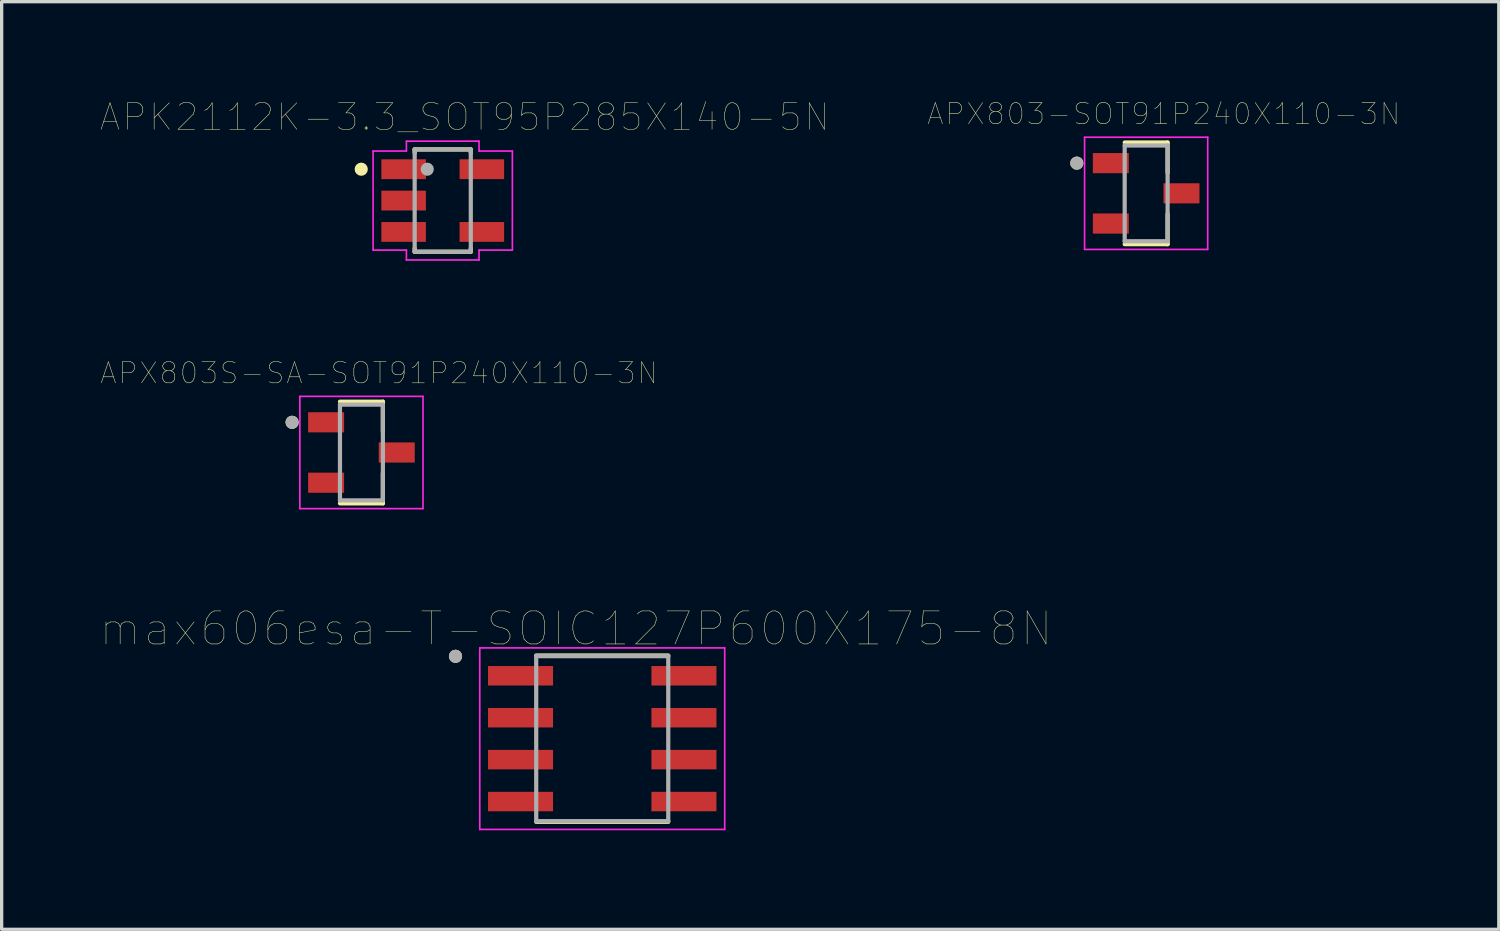
<source format=kicad_pcb>
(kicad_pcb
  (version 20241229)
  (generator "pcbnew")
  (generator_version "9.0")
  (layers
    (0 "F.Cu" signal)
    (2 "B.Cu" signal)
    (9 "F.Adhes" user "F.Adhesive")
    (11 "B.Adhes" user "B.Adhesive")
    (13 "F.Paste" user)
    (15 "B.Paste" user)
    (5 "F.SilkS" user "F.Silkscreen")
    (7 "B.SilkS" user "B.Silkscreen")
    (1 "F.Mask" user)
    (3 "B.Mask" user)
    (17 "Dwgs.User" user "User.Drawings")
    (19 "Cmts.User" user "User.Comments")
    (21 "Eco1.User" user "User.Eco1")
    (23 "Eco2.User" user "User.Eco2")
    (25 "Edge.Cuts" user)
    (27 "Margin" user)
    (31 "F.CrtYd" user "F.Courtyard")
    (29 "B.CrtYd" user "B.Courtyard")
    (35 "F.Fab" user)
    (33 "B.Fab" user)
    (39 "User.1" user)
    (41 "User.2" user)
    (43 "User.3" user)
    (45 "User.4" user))
  (footprint "APK2112K-3.3_SOT95P285X140-5N"
    (layer "F.Cu")
    (at 10.362 3.026)
    (property "Reference" "APK2112K-3.3_SOT95P285X140-5N" (at 0.664 -2.53 0) (layer "F.SilkS") (effects (font (size 0.803 0.803) (thickness 0.015))))
    (attr through_hole)
    (fp_line (start -0.85 -1.55) (end -0.85 -1.45) (stroke (width 0.127) (type solid)) (layer "F.SilkS"))
    (fp_line (start -0.85 1.55) (end -0.85 1.45) (stroke (width 0.127) (type solid)) (layer "F.SilkS"))
    (fp_line (start 0.85 -1.55) (end -0.85 -1.55) (stroke (width 0.127) (type solid)) (layer "F.SilkS"))
    (fp_line (start 0.85 -1.55) (end 0.85 -1.45) (stroke (width 0.127) (type solid)) (layer "F.SilkS"))
    (fp_line (start 0.85 1.55) (end -0.85 1.55) (stroke (width 0.127) (type solid)) (layer "F.SilkS"))
    (fp_line (start 0.85 1.55) (end 0.85 1.45) (stroke (width 0.127) (type solid)) (layer "F.SilkS"))
    (fp_circle (center -2.469 -0.95) (end -2.369 -0.95) (stroke (width 0.2) (type solid)) (fill no) (layer "F.SilkS"))
    (fp_line (start -2.11 -1.5) (end -2.11 1.5) (stroke (width 0.05) (type solid)) (layer "F.CrtYd"))
    (fp_line (start -2.11 1.5) (end -1.1 1.5) (stroke (width 0.05) (type solid)) (layer "F.CrtYd"))
    (fp_line (start -1.1 -1.8) (end -1.1 -1.5) (stroke (width 0.05) (type solid)) (layer "F.CrtYd"))
    (fp_line (start -1.1 -1.5) (end -2.11 -1.5) (stroke (width 0.05) (type solid)) (layer "F.CrtYd"))
    (fp_line (start -1.1 1.5) (end -1.1 1.8) (stroke (width 0.05) (type solid)) (layer "F.CrtYd"))
    (fp_line (start -1.1 1.8) (end 1.1 1.8) (stroke (width 0.05) (type solid)) (layer "F.CrtYd"))
    (fp_line (start 1.1 -1.8) (end -1.1 -1.8) (stroke (width 0.05) (type solid)) (layer "F.CrtYd"))
    (fp_line (start 1.1 -1.5) (end 1.1 -1.8) (stroke (width 0.05) (type solid)) (layer "F.CrtYd"))
    (fp_line (start 1.1 1.5) (end 2.11 1.5) (stroke (width 0.05) (type solid)) (layer "F.CrtYd"))
    (fp_line (start 1.1 1.8) (end 1.1 1.5) (stroke (width 0.05) (type solid)) (layer "F.CrtYd"))
    (fp_line (start 2.11 -1.5) (end 1.1 -1.5) (stroke (width 0.05) (type solid)) (layer "F.CrtYd"))
    (fp_line (start 2.11 1.5) (end 2.11 -1.5) (stroke (width 0.05) (type solid)) (layer "F.CrtYd"))
    (fp_line (start -0.85 -1.55) (end 0.85 -1.55) (stroke (width 0.127) (type solid)) (layer "F.Fab"))
    (fp_line (start -0.85 1.55) (end -0.85 -1.55) (stroke (width 0.127) (type solid)) (layer "F.Fab"))
    (fp_line (start 0.85 -1.55) (end 0.85 1.55) (stroke (width 0.127) (type solid)) (layer "F.Fab"))
    (fp_line (start 0.85 1.55) (end -0.85 1.55) (stroke (width 0.127) (type solid)) (layer "F.Fab"))
    (fp_circle (center -0.469 -0.95) (end -0.369 -0.95) (stroke (width 0.2) (type solid)) (fill no) (layer "F.Fab"))
    (pad "1" smd rect (at -1.185 -0.95) (size 1.35 0.6) (layers "F.Cu" "F.Mask" "F.Paste"))
    (pad "2" smd rect (at -1.185 0) (size 1.35 0.6) (layers "F.Cu" "F.Mask" "F.Paste"))
    (pad "3" smd rect (at -1.185 0.95) (size 1.35 0.6) (layers "F.Cu" "F.Mask" "F.Paste"))
    (pad "4" smd rect (at 1.185 0.95) (size 1.35 0.6) (layers "F.Cu" "F.Mask" "F.Paste"))
    (pad "5" smd rect (at 1.185 -0.95) (size 1.35 0.6) (layers "F.Cu" "F.Mask" "F.Paste")))
  (footprint "APX803-SOT91P240X110-3N"
    (layer "F.Cu")
    (at 31.671 2.807)
    (property "Reference" "APX803-SOT91P240X110-3N" (at 0.532 -2.406 0) (layer "F.SilkS") (effects (font (size 0.64 0.64) (thickness 0.015))))
    (attr through_hole)
    (fp_line (start -0.65 -1.54) (end 0.65 -1.54) (stroke (width 0.127) (type solid)) (layer "F.SilkS"))
    (fp_line (start -0.65 1.54) (end 0.65 1.54) (stroke (width 0.127) (type solid)) (layer "F.SilkS"))
    (fp_line (start 0.65 -1.54) (end 0.65 -0.625) (stroke (width 0.127) (type solid)) (layer "F.SilkS"))
    (fp_line (start 0.65 1.54) (end 0.65 0.625) (stroke (width 0.127) (type solid)) (layer "F.SilkS"))
    (fp_circle (center -2.1 -0.915) (end -2 -0.915) (stroke (width 0.2) (type solid)) (fill no) (layer "F.SilkS"))
    (fp_line (start -1.865 -1.7) (end 1.865 -1.7) (stroke (width 0.05) (type solid)) (layer "F.CrtYd"))
    (fp_line (start -1.865 1.7) (end -1.865 -1.7) (stroke (width 0.05) (type solid)) (layer "F.CrtYd"))
    (fp_line (start 1.865 1.7) (end -1.865 1.7) (stroke (width 0.05) (type solid)) (layer "F.CrtYd"))
    (fp_line (start 1.865 1.7) (end 1.865 -1.7) (stroke (width 0.05) (type solid)) (layer "F.CrtYd"))
    (fp_line (start -0.65 -1.45) (end 0.65 -1.45) (stroke (width 0.127) (type solid)) (layer "F.Fab"))
    (fp_line (start -0.65 1.45) (end -0.65 -1.45) (stroke (width 0.127) (type solid)) (layer "F.Fab"))
    (fp_line (start 0.65 -1.45) (end 0.65 1.45) (stroke (width 0.127) (type solid)) (layer "F.Fab"))
    (fp_line (start 0.65 1.45) (end -0.65 1.45) (stroke (width 0.127) (type solid)) (layer "F.Fab"))
    (fp_circle (center -2.1 -0.915) (end -2 -0.915) (stroke (width 0.2) (type solid)) (fill no) (layer "F.Fab"))
    (pad "1" smd rect (at -1.07 -0.915) (size 1.09 0.61) (layers "F.Cu" "F.Mask" "F.Paste"))
    (pad "2" smd rect (at -1.07 0.915) (size 1.09 0.61) (layers "F.Cu" "F.Mask" "F.Paste"))
    (pad "3" smd rect (at 1.07 0) (size 1.09 0.61) (layers "F.Cu" "F.Mask" "F.Paste")))
  (footprint "max606esa-T-SOIC127P600X175-8N"
    (layer "F.Cu")
    (at 15.194 19.327)
    (property "Reference" "max606esa-T-SOIC127P600X175-8N" (at -0.795 -3.332 0) (layer "F.SilkS") (effects (font (size 1 1) (thickness 0.015))))
    (attr through_hole)
    (fp_line (start -2 -2.52) (end 2 -2.52) (stroke (width 0.127) (type solid)) (layer "F.SilkS"))
    (fp_line (start -2 2.52) (end 2 2.52) (stroke (width 0.127) (type solid)) (layer "F.SilkS"))
    (fp_circle (center -4.445 -2.495) (end -4.345 -2.495) (stroke (width 0.2) (type solid)) (fill no) (layer "F.SilkS"))
    (fp_line (start -3.71 -2.75) (end -3.71 2.75) (stroke (width 0.05) (type solid)) (layer "F.CrtYd"))
    (fp_line (start -3.71 -2.75) (end 3.71 -2.75) (stroke (width 0.05) (type solid)) (layer "F.CrtYd"))
    (fp_line (start -3.71 2.75) (end 3.71 2.75) (stroke (width 0.05) (type solid)) (layer "F.CrtYd"))
    (fp_line (start 3.71 -2.75) (end 3.71 2.75) (stroke (width 0.05) (type solid)) (layer "F.CrtYd"))
    (fp_line (start -2 -2.5) (end -2 2.5) (stroke (width 0.127) (type solid)) (layer "F.Fab"))
    (fp_line (start -2 -2.5) (end 2 -2.5) (stroke (width 0.127) (type solid)) (layer "F.Fab"))
    (fp_line (start -2 2.5) (end 2 2.5) (stroke (width 0.127) (type solid)) (layer "F.Fab"))
    (fp_line (start 2 -2.5) (end 2 2.5) (stroke (width 0.127) (type solid)) (layer "F.Fab"))
    (fp_circle (center -4.445 -2.495) (end -4.345 -2.495) (stroke (width 0.2) (type solid)) (fill no) (layer "F.Fab"))
    (pad "1" smd rect (at -2.475 -1.905) (size 1.97 0.59) (layers "F.Cu" "F.Mask" "F.Paste"))
    (pad "2" smd rect (at -2.475 -0.635) (size 1.97 0.59) (layers "F.Cu" "F.Mask" "F.Paste"))
    (pad "3" smd rect (at -2.475 0.635) (size 1.97 0.59) (layers "F.Cu" "F.Mask" "F.Paste"))
    (pad "4" smd rect (at -2.475 1.905) (size 1.97 0.59) (layers "F.Cu" "F.Mask" "F.Paste"))
    (pad "5" smd rect (at 2.475 1.905) (size 1.97 0.59) (layers "F.Cu" "F.Mask" "F.Paste"))
    (pad "6" smd rect (at 2.475 0.635) (size 1.97 0.59) (layers "F.Cu" "F.Mask" "F.Paste"))
    (pad "7" smd rect (at 2.475 -0.635) (size 1.97 0.59) (layers "F.Cu" "F.Mask" "F.Paste"))
    (pad "8" smd rect (at 2.475 -1.905) (size 1.97 0.59) (layers "F.Cu" "F.Mask" "F.Paste")))
  (footprint "APX803S-SA-SOT91P240X110-3N"
    (layer "F.Cu")
    (at 7.899 10.658)
    (property "Reference" "APX803S-SA-SOT91P240X110-3N" (at 0.532 -2.406 0) (layer "F.SilkS") (effects (font (size 0.64 0.64) (thickness 0.015))))
    (attr through_hole)
    (fp_line (start -0.65 -1.54) (end 0.65 -1.54) (stroke (width 0.127) (type solid)) (layer "F.SilkS"))
    (fp_line (start -0.65 1.54) (end 0.65 1.54) (stroke (width 0.127) (type solid)) (layer "F.SilkS"))
    (fp_line (start 0.65 -1.54) (end 0.65 -0.625) (stroke (width 0.127) (type solid)) (layer "F.SilkS"))
    (fp_line (start 0.65 1.54) (end 0.65 0.625) (stroke (width 0.127) (type solid)) (layer "F.SilkS"))
    (fp_circle (center -2.1 -0.915) (end -2 -0.915) (stroke (width 0.2) (type solid)) (fill no) (layer "F.SilkS"))
    (fp_line (start -1.865 -1.7) (end 1.865 -1.7) (stroke (width 0.05) (type solid)) (layer "F.CrtYd"))
    (fp_line (start -1.865 1.7) (end -1.865 -1.7) (stroke (width 0.05) (type solid)) (layer "F.CrtYd"))
    (fp_line (start 1.865 1.7) (end -1.865 1.7) (stroke (width 0.05) (type solid)) (layer "F.CrtYd"))
    (fp_line (start 1.865 1.7) (end 1.865 -1.7) (stroke (width 0.05) (type solid)) (layer "F.CrtYd"))
    (fp_line (start -0.65 -1.45) (end 0.65 -1.45) (stroke (width 0.127) (type solid)) (layer "F.Fab"))
    (fp_line (start -0.65 1.45) (end -0.65 -1.45) (stroke (width 0.127) (type solid)) (layer "F.Fab"))
    (fp_line (start 0.65 -1.45) (end 0.65 1.45) (stroke (width 0.127) (type solid)) (layer "F.Fab"))
    (fp_line (start 0.65 1.45) (end -0.65 1.45) (stroke (width 0.127) (type solid)) (layer "F.Fab"))
    (fp_circle (center -2.1 -0.915) (end -2 -0.915) (stroke (width 0.2) (type solid)) (fill no) (layer "F.Fab"))
    (pad "1" smd rect (at -1.07 -0.915) (size 1.09 0.61) (layers "F.Cu" "F.Mask" "F.Paste"))
    (pad "2" smd rect (at -1.07 0.915) (size 1.09 0.61) (layers "F.Cu" "F.Mask" "F.Paste"))
    (pad "3" smd rect (at 1.07 0) (size 1.09 0.61) (layers "F.Cu" "F.Mask" "F.Paste")))
  (gr_rect
    (start -3 -3)
    (end 42.354 25.102)
    (stroke (width 0.1) (type default))
    (fill no)
    (layer "Edge.Cuts")))
</source>
